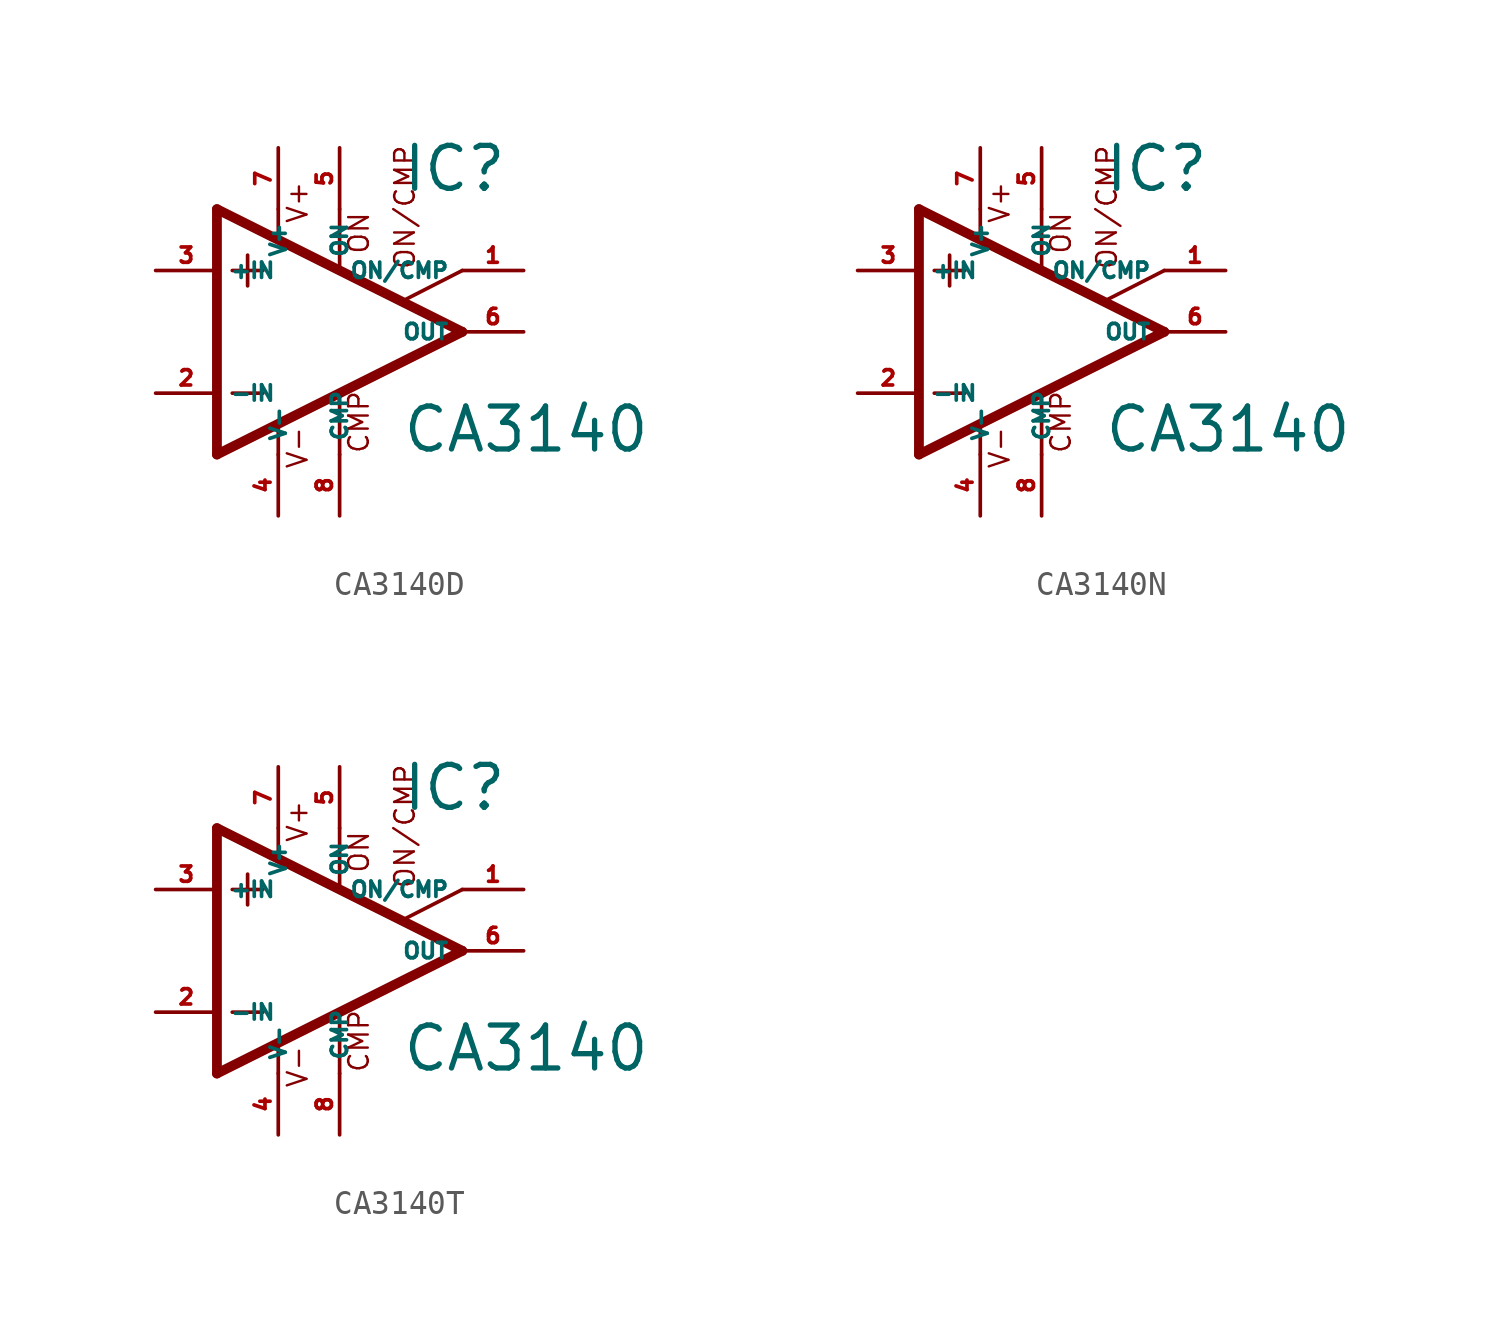
<source format=kicad_sym>
(kicad_symbol_lib
  (version 20220914)
  (generator Eagle2Kicad)
  (symbol "CA3140D"
    (property "Reference" "IC"
      (at 2.54 5.715 0)
      (effects (font (size 1.778 1.778) (thickness 0.22)) (justify left bottom)))
    (property "Value" "CA3140"
      (at 2.54 -5.08 0)
      (effects (font (size 1.778 1.778) (thickness 0.22)) (justify left bottom)))
    (polyline
      (pts (xy -3.81 3.175) (xy -3.81 1.905))
      (stroke (width 0.152) (type default))
      (fill (type none)))
    (polyline
      (pts (xy -4.445 2.54) (xy -3.175 2.54))
      (stroke (width 0.152) (type default))
      (fill (type none)))
    (polyline
      (pts (xy -4.445 -2.54) (xy -3.175 -2.54))
      (stroke (width 0.152) (type default))
      (fill (type none)))
    (polyline
      (pts (xy -5.08 5.08) (xy -5.08 -5.08))
      (stroke (width 0.406) (type default))
      (fill (type none)))
    (polyline
      (pts (xy -2.54 5.08) (xy -2.54 3.886))
      (stroke (width 0.152) (type default))
      (fill (type none)))
    (polyline
      (pts (xy 0 5.08) (xy 0 2.616))
      (stroke (width 0.152) (type default))
      (fill (type none)))
    (polyline
      (pts (xy 0 -5.08) (xy 0 -2.616))
      (stroke (width 0.152) (type default))
      (fill (type none)))
    (polyline
      (pts (xy 2.692 1.321) (xy 5.08 2.54))
      (stroke (width 0.152) (type default))
      (fill (type none)))
    (polyline
      (pts (xy -5.08 5.08) (xy 5.08 0))
      (stroke (width 0.406) (type default))
      (fill (type none)))
    (polyline
      (pts (xy -2.54 -3.886) (xy -2.54 -5.08))
      (stroke (width 0.152) (type default))
      (fill (type none)))
    (polyline
      (pts (xy -5.08 -5.08) (xy 5.08 0))
      (stroke (width 0.406) (type default))
      (fill (type none)))
    (text "ON"
      (at 1.27 3.175 900)
      (effects (font (size 0.813 0.813) (thickness 0.10)) (justify left bottom)))
    (text "CMP"
      (at 1.27 -5.08 900)
      (effects (font (size 0.813 0.813) (thickness 0.10)) (justify left bottom)))
    (text "ON/CMP"
      (at 3.175 2.54 900)
      (effects (font (size 0.813 0.813) (thickness 0.10)) (justify left bottom)))
    (text "V+"
      (at -1.27 4.445 900)
      (effects (font (size 0.813 0.813) (thickness 0.10)) (justify left bottom)))
    (text "V-"
      (at -1.27 -5.715 900)
      (effects (font (size 0.813 0.813) (thickness 0.10)) (justify left bottom)))
    (pin passive line
      (at 7.62 2.54 180)
      (length 2.54)
      (name "ON/CMP" (effects (font (size 0.635 0.635) (thickness 0.08)) (justify left bottom)))
      (number "1" (effects (font (size 0.635 0.635) (thickness 0.08)) (justify left bottom))))
    (pin input line
      (at -7.62 -2.54 0)
      (length 2.54)
      (name "-IN" (effects (font (size 0.635 0.635) (thickness 0.08)) (justify left bottom)))
      (number "2" (effects (font (size 0.635 0.635) (thickness 0.08)) (justify left bottom))))
    (pin input line
      (at -7.62 2.54 0)
      (length 2.54)
      (name "+IN" (effects (font (size 0.635 0.635) (thickness 0.08)) (justify left bottom)))
      (number "3" (effects (font (size 0.635 0.635) (thickness 0.08)) (justify left bottom))))
    (pin passive line
      (at 0 7.62 270)
      (length 2.54)
      (name "ON" (effects (font (size 0.635 0.635) (thickness 0.08)) (justify left bottom)))
      (number "5" (effects (font (size 0.635 0.635) (thickness 0.08)) (justify left bottom))))
    (pin output line
      (at 7.62 0 180)
      (length 2.54)
      (name "OUT" (effects (font (size 0.635 0.635) (thickness 0.08)) (justify left bottom)))
      (number "6" (effects (font (size 0.635 0.635) (thickness 0.08)) (justify left bottom))))
    (pin passive line
      (at 0 -7.62 90)
      (length 2.54)
      (name "CMP" (effects (font (size 0.635 0.635) (thickness 0.08)) (justify left bottom)))
      (number "8" (effects (font (size 0.635 0.635) (thickness 0.08)) (justify left bottom))))
    (pin unspecified line
      (at -2.54 7.62 270)
      (length 2.54)
      (name "V+" (effects (font (size 0.635 0.635) (thickness 0.08)) (justify left bottom)))
      (number "7" (effects (font (size 0.635 0.635) (thickness 0.08)) (justify left bottom))))
    (pin unspecified line
      (at -2.54 -7.62 90)
      (length 2.54)
      (name "V-" (effects (font (size 0.635 0.635) (thickness 0.08)) (justify left bottom)))
      (number "4" (effects (font (size 0.635 0.635) (thickness 0.08)) (justify left bottom)))))
  (symbol "CA3140N"
    (property "Reference" "IC"
      (at 2.54 5.715 0)
      (effects (font (size 1.778 1.778) (thickness 0.22)) (justify left bottom)))
    (property "Value" "CA3140"
      (at 2.54 -5.08 0)
      (effects (font (size 1.778 1.778) (thickness 0.22)) (justify left bottom)))
    (polyline
      (pts (xy -3.81 3.175) (xy -3.81 1.905))
      (stroke (width 0.152) (type default))
      (fill (type none)))
    (polyline
      (pts (xy -4.445 2.54) (xy -3.175 2.54))
      (stroke (width 0.152) (type default))
      (fill (type none)))
    (polyline
      (pts (xy -4.445 -2.54) (xy -3.175 -2.54))
      (stroke (width 0.152) (type default))
      (fill (type none)))
    (polyline
      (pts (xy -5.08 5.08) (xy -5.08 -5.08))
      (stroke (width 0.406) (type default))
      (fill (type none)))
    (polyline
      (pts (xy -2.54 5.08) (xy -2.54 3.886))
      (stroke (width 0.152) (type default))
      (fill (type none)))
    (polyline
      (pts (xy 0 5.08) (xy 0 2.616))
      (stroke (width 0.152) (type default))
      (fill (type none)))
    (polyline
      (pts (xy 0 -5.08) (xy 0 -2.616))
      (stroke (width 0.152) (type default))
      (fill (type none)))
    (polyline
      (pts (xy 2.692 1.321) (xy 5.08 2.54))
      (stroke (width 0.152) (type default))
      (fill (type none)))
    (polyline
      (pts (xy -5.08 5.08) (xy 5.08 0))
      (stroke (width 0.406) (type default))
      (fill (type none)))
    (polyline
      (pts (xy -2.54 -3.886) (xy -2.54 -5.08))
      (stroke (width 0.152) (type default))
      (fill (type none)))
    (polyline
      (pts (xy -5.08 -5.08) (xy 5.08 0))
      (stroke (width 0.406) (type default))
      (fill (type none)))
    (text "ON"
      (at 1.27 3.175 900)
      (effects (font (size 0.813 0.813) (thickness 0.10)) (justify left bottom)))
    (text "CMP"
      (at 1.27 -5.08 900)
      (effects (font (size 0.813 0.813) (thickness 0.10)) (justify left bottom)))
    (text "ON/CMP"
      (at 3.175 2.54 900)
      (effects (font (size 0.813 0.813) (thickness 0.10)) (justify left bottom)))
    (text "V+"
      (at -1.27 4.445 900)
      (effects (font (size 0.813 0.813) (thickness 0.10)) (justify left bottom)))
    (text "V-"
      (at -1.27 -5.715 900)
      (effects (font (size 0.813 0.813) (thickness 0.10)) (justify left bottom)))
    (pin passive line
      (at 7.62 2.54 180)
      (length 2.54)
      (name "ON/CMP" (effects (font (size 0.635 0.635) (thickness 0.08)) (justify left bottom)))
      (number "1" (effects (font (size 0.635 0.635) (thickness 0.08)) (justify left bottom))))
    (pin input line
      (at -7.62 -2.54 0)
      (length 2.54)
      (name "-IN" (effects (font (size 0.635 0.635) (thickness 0.08)) (justify left bottom)))
      (number "2" (effects (font (size 0.635 0.635) (thickness 0.08)) (justify left bottom))))
    (pin input line
      (at -7.62 2.54 0)
      (length 2.54)
      (name "+IN" (effects (font (size 0.635 0.635) (thickness 0.08)) (justify left bottom)))
      (number "3" (effects (font (size 0.635 0.635) (thickness 0.08)) (justify left bottom))))
    (pin passive line
      (at 0 7.62 270)
      (length 2.54)
      (name "ON" (effects (font (size 0.635 0.635) (thickness 0.08)) (justify left bottom)))
      (number "5" (effects (font (size 0.635 0.635) (thickness 0.08)) (justify left bottom))))
    (pin output line
      (at 7.62 0 180)
      (length 2.54)
      (name "OUT" (effects (font (size 0.635 0.635) (thickness 0.08)) (justify left bottom)))
      (number "6" (effects (font (size 0.635 0.635) (thickness 0.08)) (justify left bottom))))
    (pin passive line
      (at 0 -7.62 90)
      (length 2.54)
      (name "CMP" (effects (font (size 0.635 0.635) (thickness 0.08)) (justify left bottom)))
      (number "8" (effects (font (size 0.635 0.635) (thickness 0.08)) (justify left bottom))))
    (pin unspecified line
      (at -2.54 7.62 270)
      (length 2.54)
      (name "V+" (effects (font (size 0.635 0.635) (thickness 0.08)) (justify left bottom)))
      (number "7" (effects (font (size 0.635 0.635) (thickness 0.08)) (justify left bottom))))
    (pin unspecified line
      (at -2.54 -7.62 90)
      (length 2.54)
      (name "V-" (effects (font (size 0.635 0.635) (thickness 0.08)) (justify left bottom)))
      (number "4" (effects (font (size 0.635 0.635) (thickness 0.08)) (justify left bottom)))))
  (symbol "CA3140T"
    (property "Reference" "IC"
      (at 2.54 5.715 0)
      (effects (font (size 1.778 1.778) (thickness 0.22)) (justify left bottom)))
    (property "Value" "CA3140"
      (at 2.54 -5.08 0)
      (effects (font (size 1.778 1.778) (thickness 0.22)) (justify left bottom)))
    (polyline
      (pts (xy -3.81 3.175) (xy -3.81 1.905))
      (stroke (width 0.152) (type default))
      (fill (type none)))
    (polyline
      (pts (xy -4.445 2.54) (xy -3.175 2.54))
      (stroke (width 0.152) (type default))
      (fill (type none)))
    (polyline
      (pts (xy -4.445 -2.54) (xy -3.175 -2.54))
      (stroke (width 0.152) (type default))
      (fill (type none)))
    (polyline
      (pts (xy -5.08 5.08) (xy -5.08 -5.08))
      (stroke (width 0.406) (type default))
      (fill (type none)))
    (polyline
      (pts (xy -2.54 5.08) (xy -2.54 3.886))
      (stroke (width 0.152) (type default))
      (fill (type none)))
    (polyline
      (pts (xy 0 5.08) (xy 0 2.616))
      (stroke (width 0.152) (type default))
      (fill (type none)))
    (polyline
      (pts (xy 0 -5.08) (xy 0 -2.616))
      (stroke (width 0.152) (type default))
      (fill (type none)))
    (polyline
      (pts (xy 2.692 1.321) (xy 5.08 2.54))
      (stroke (width 0.152) (type default))
      (fill (type none)))
    (polyline
      (pts (xy -5.08 5.08) (xy 5.08 0))
      (stroke (width 0.406) (type default))
      (fill (type none)))
    (polyline
      (pts (xy -2.54 -3.886) (xy -2.54 -5.08))
      (stroke (width 0.152) (type default))
      (fill (type none)))
    (polyline
      (pts (xy -5.08 -5.08) (xy 5.08 0))
      (stroke (width 0.406) (type default))
      (fill (type none)))
    (text "ON"
      (at 1.27 3.175 900)
      (effects (font (size 0.813 0.813) (thickness 0.10)) (justify left bottom)))
    (text "CMP"
      (at 1.27 -5.08 900)
      (effects (font (size 0.813 0.813) (thickness 0.10)) (justify left bottom)))
    (text "ON/CMP"
      (at 3.175 2.54 900)
      (effects (font (size 0.813 0.813) (thickness 0.10)) (justify left bottom)))
    (text "V+"
      (at -1.27 4.445 900)
      (effects (font (size 0.813 0.813) (thickness 0.10)) (justify left bottom)))
    (text "V-"
      (at -1.27 -5.715 900)
      (effects (font (size 0.813 0.813) (thickness 0.10)) (justify left bottom)))
    (pin passive line
      (at 7.62 2.54 180)
      (length 2.54)
      (name "ON/CMP" (effects (font (size 0.635 0.635) (thickness 0.08)) (justify left bottom)))
      (number "1" (effects (font (size 0.635 0.635) (thickness 0.08)) (justify left bottom))))
    (pin input line
      (at -7.62 -2.54 0)
      (length 2.54)
      (name "-IN" (effects (font (size 0.635 0.635) (thickness 0.08)) (justify left bottom)))
      (number "2" (effects (font (size 0.635 0.635) (thickness 0.08)) (justify left bottom))))
    (pin input line
      (at -7.62 2.54 0)
      (length 2.54)
      (name "+IN" (effects (font (size 0.635 0.635) (thickness 0.08)) (justify left bottom)))
      (number "3" (effects (font (size 0.635 0.635) (thickness 0.08)) (justify left bottom))))
    (pin passive line
      (at 0 7.62 270)
      (length 2.54)
      (name "ON" (effects (font (size 0.635 0.635) (thickness 0.08)) (justify left bottom)))
      (number "5" (effects (font (size 0.635 0.635) (thickness 0.08)) (justify left bottom))))
    (pin output line
      (at 7.62 0 180)
      (length 2.54)
      (name "OUT" (effects (font (size 0.635 0.635) (thickness 0.08)) (justify left bottom)))
      (number "6" (effects (font (size 0.635 0.635) (thickness 0.08)) (justify left bottom))))
    (pin passive line
      (at 0 -7.62 90)
      (length 2.54)
      (name "CMP" (effects (font (size 0.635 0.635) (thickness 0.08)) (justify left bottom)))
      (number "8" (effects (font (size 0.635 0.635) (thickness 0.08)) (justify left bottom))))
    (pin unspecified line
      (at -2.54 7.62 270)
      (length 2.54)
      (name "V+" (effects (font (size 0.635 0.635) (thickness 0.08)) (justify left bottom)))
      (number "7" (effects (font (size 0.635 0.635) (thickness 0.08)) (justify left bottom))))
    (pin unspecified line
      (at -2.54 -7.62 90)
      (length 2.54)
      (name "V-" (effects (font (size 0.635 0.635) (thickness 0.08)) (justify left bottom)))
      (number "4" (effects (font (size 0.635 0.635) (thickness 0.08)) (justify left bottom))))))
</source>
